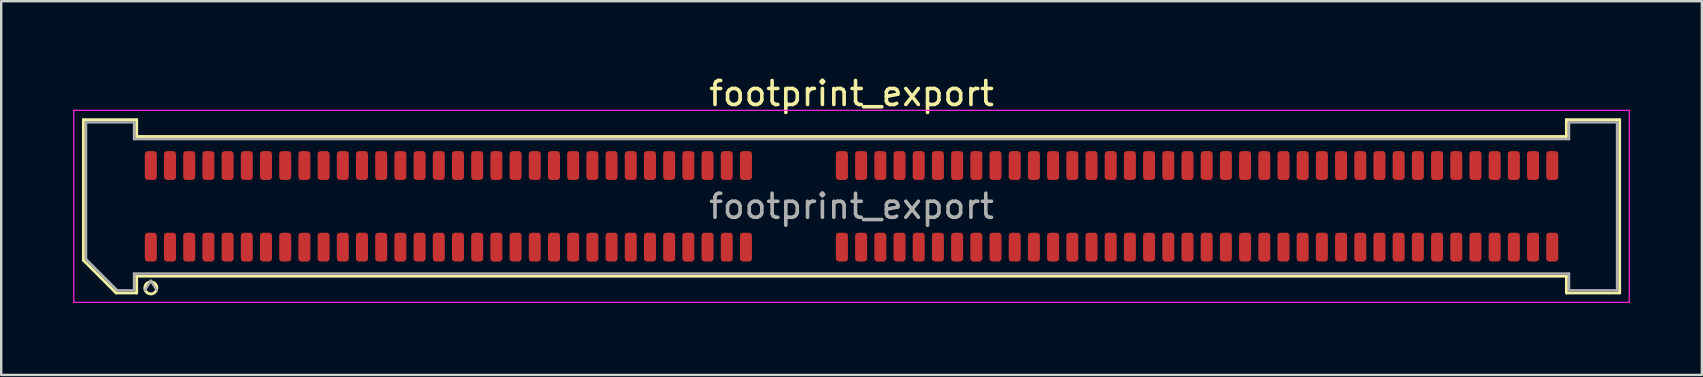
<source format=kicad_pcb>
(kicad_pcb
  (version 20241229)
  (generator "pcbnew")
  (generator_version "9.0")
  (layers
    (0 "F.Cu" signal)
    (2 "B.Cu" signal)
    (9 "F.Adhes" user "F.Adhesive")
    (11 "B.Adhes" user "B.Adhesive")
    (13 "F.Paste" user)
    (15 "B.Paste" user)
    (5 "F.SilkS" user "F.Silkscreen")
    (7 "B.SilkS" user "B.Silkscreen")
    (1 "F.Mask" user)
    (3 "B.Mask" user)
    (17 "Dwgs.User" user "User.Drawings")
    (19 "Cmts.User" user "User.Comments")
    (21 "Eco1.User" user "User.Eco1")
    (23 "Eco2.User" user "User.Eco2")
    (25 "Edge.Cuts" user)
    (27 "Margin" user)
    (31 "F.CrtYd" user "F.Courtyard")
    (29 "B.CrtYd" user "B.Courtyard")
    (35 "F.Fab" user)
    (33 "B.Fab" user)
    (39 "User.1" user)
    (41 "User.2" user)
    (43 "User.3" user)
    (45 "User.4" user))
  (footprint "footprint_export"
    (layer "F.Cu")
    (at 32.435 5.548)
    (property "Reference" "footprint_export" (at 0 -4.7 0) (layer "F.SilkS") (effects (font (size 1 1) (thickness 0.15))))
    (attr smd)
    (fp_line (start -32.01 -3.61) (end -29.79 -3.61) (stroke (width 0.12) (type solid)) (layer "F.SilkS"))
    (fp_line (start -32.01 2.246) (end -32.01 -3.61) (stroke (width 0.12) (type solid)) (layer "F.SilkS"))
    (fp_line (start -30.646 3.61) (end -32.01 2.246) (stroke (width 0.12) (type solid)) (layer "F.SilkS"))
    (fp_line (start -29.79 -3.61) (end -29.79 -2.91) (stroke (width 0.12) (type solid)) (layer "F.SilkS"))
    (fp_line (start -29.79 -2.91) (end 29.79 -2.91) (stroke (width 0.12) (type solid)) (layer "F.SilkS"))
    (fp_line (start -29.79 2.91) (end -29.79 3.61) (stroke (width 0.12) (type solid)) (layer "F.SilkS"))
    (fp_line (start -29.79 3.61) (end -30.646 3.61) (stroke (width 0.12) (type solid)) (layer "F.SilkS"))
    (fp_line (start 29.79 -3.61) (end 32.01 -3.61) (stroke (width 0.12) (type solid)) (layer "F.SilkS"))
    (fp_line (start 29.79 -2.91) (end 29.79 -3.61) (stroke (width 0.12) (type solid)) (layer "F.SilkS"))
    (fp_line (start 29.79 2.91) (end -29.79 2.91) (stroke (width 0.12) (type solid)) (layer "F.SilkS"))
    (fp_line (start 29.79 3.61) (end 29.79 2.91) (stroke (width 0.12) (type solid)) (layer "F.SilkS"))
    (fp_line (start 32.01 -3.61) (end 32.01 3.61) (stroke (width 0.12) (type solid)) (layer "F.SilkS"))
    (fp_line (start 32.01 3.61) (end 29.79 3.61) (stroke (width 0.12) (type solid)) (layer "F.SilkS"))
    (fp_arc (start -28.95 3.4) (mid -29.45 3.4) (end -28.95 3.4) (stroke (width 0.12) (type solid)) (layer "F.SilkS"))
    (fp_line (start -32.41 -4) (end -32.41 4) (stroke (width 0.05) (type solid)) (layer "F.CrtYd"))
    (fp_line (start -32.41 4) (end 32.41 4) (stroke (width 0.05) (type solid)) (layer "F.CrtYd"))
    (fp_line (start 32.41 -4) (end -32.41 -4) (stroke (width 0.05) (type solid)) (layer "F.CrtYd"))
    (fp_line (start 32.41 4) (end 32.41 -4) (stroke (width 0.05) (type solid)) (layer "F.CrtYd"))
    (fp_line (start -31.9 -3.5) (end -29.9 -3.5) (stroke (width 0.1) (type solid)) (layer "F.Fab"))
    (fp_line (start -31.9 2.2) (end -31.9 -3.5) (stroke (width 0.1) (type solid)) (layer "F.Fab"))
    (fp_line (start -30.6 3.5) (end -31.9 2.2) (stroke (width 0.1) (type solid)) (layer "F.Fab"))
    (fp_line (start -29.9 -3.5) (end -29.9 -2.8) (stroke (width 0.1) (type solid)) (layer "F.Fab"))
    (fp_line (start -29.9 -2.8) (end 29.9 -2.8) (stroke (width 0.1) (type solid)) (layer "F.Fab"))
    (fp_line (start -29.9 2.8) (end -29.9 3.5) (stroke (width 0.1) (type solid)) (layer "F.Fab"))
    (fp_line (start -29.9 3.5) (end -30.6 3.5) (stroke (width 0.1) (type solid)) (layer "F.Fab"))
    (fp_line (start -29.2 3.1) (end -29.45 3.5) (stroke (width 0.1) (type solid)) (layer "F.Fab"))
    (fp_line (start -29.2 3.1) (end -28.95 3.5) (stroke (width 0.1) (type solid)) (layer "F.Fab"))
    (fp_line (start 29.9 -3.5) (end 31.9 -3.5) (stroke (width 0.1) (type solid)) (layer "F.Fab"))
    (fp_line (start 29.9 -2.8) (end 29.9 -3.5) (stroke (width 0.1) (type solid)) (layer "F.Fab"))
    (fp_line (start 29.9 2.8) (end -29.9 2.8) (stroke (width 0.1) (type solid)) (layer "F.Fab"))
    (fp_line (start 29.9 3.5) (end 29.9 2.8) (stroke (width 0.1) (type solid)) (layer "F.Fab"))
    (fp_line (start 31.9 -3.5) (end 31.9 3.5) (stroke (width 0.1) (type solid)) (layer "F.Fab"))
    (fp_line (start 31.9 3.5) (end 29.9 3.5) (stroke (width 0.1) (type solid)) (layer "F.Fab"))
    (fp_text user "${REFERENCE}" (at 0 0 0) (layer "F.Fab") (effects (font (size 1 1) (thickness 0.15))))
    (pad "1" smd roundrect (at -29.2 1.7) (size 0.5 1.2) (layers "F.Cu" "F.Mask" "F.Paste") (roundrect_rratio 0.25))
    (pad "2" smd roundrect (at -29.2 -1.7) (size 0.5 1.2) (layers "F.Cu" "F.Mask" "F.Paste") (roundrect_rratio 0.25))
    (pad "3" smd roundrect (at -28.4 1.7) (size 0.5 1.2) (layers "F.Cu" "F.Mask" "F.Paste") (roundrect_rratio 0.25))
    (pad "4" smd roundrect (at -28.4 -1.7) (size 0.5 1.2) (layers "F.Cu" "F.Mask" "F.Paste") (roundrect_rratio 0.25))
    (pad "5" smd roundrect (at -27.6 1.7) (size 0.5 1.2) (layers "F.Cu" "F.Mask" "F.Paste") (roundrect_rratio 0.25))
    (pad "6" smd roundrect (at -27.6 -1.7) (size 0.5 1.2) (layers "F.Cu" "F.Mask" "F.Paste") (roundrect_rratio 0.25))
    (pad "7" smd roundrect (at -26.8 1.7) (size 0.5 1.2) (layers "F.Cu" "F.Mask" "F.Paste") (roundrect_rratio 0.25))
    (pad "8" smd roundrect (at -26.8 -1.7) (size 0.5 1.2) (layers "F.Cu" "F.Mask" "F.Paste") (roundrect_rratio 0.25))
    (pad "9" smd roundrect (at -26 1.7) (size 0.5 1.2) (layers "F.Cu" "F.Mask" "F.Paste") (roundrect_rratio 0.25))
    (pad "10" smd roundrect (at -26 -1.7) (size 0.5 1.2) (layers "F.Cu" "F.Mask" "F.Paste") (roundrect_rratio 0.25))
    (pad "11" smd roundrect (at -25.2 1.7) (size 0.5 1.2) (layers "F.Cu" "F.Mask" "F.Paste") (roundrect_rratio 0.25))
    (pad "12" smd roundrect (at -25.2 -1.7) (size 0.5 1.2) (layers "F.Cu" "F.Mask" "F.Paste") (roundrect_rratio 0.25))
    (pad "13" smd roundrect (at -24.4 1.7) (size 0.5 1.2) (layers "F.Cu" "F.Mask" "F.Paste") (roundrect_rratio 0.25))
    (pad "14" smd roundrect (at -24.4 -1.7) (size 0.5 1.2) (layers "F.Cu" "F.Mask" "F.Paste") (roundrect_rratio 0.25))
    (pad "15" smd roundrect (at -23.6 1.7) (size 0.5 1.2) (layers "F.Cu" "F.Mask" "F.Paste") (roundrect_rratio 0.25))
    (pad "16" smd roundrect (at -23.6 -1.7) (size 0.5 1.2) (layers "F.Cu" "F.Mask" "F.Paste") (roundrect_rratio 0.25))
    (pad "17" smd roundrect (at -22.8 1.7) (size 0.5 1.2) (layers "F.Cu" "F.Mask" "F.Paste") (roundrect_rratio 0.25))
    (pad "18" smd roundrect (at -22.8 -1.7) (size 0.5 1.2) (layers "F.Cu" "F.Mask" "F.Paste") (roundrect_rratio 0.25))
    (pad "19" smd roundrect (at -22 1.7) (size 0.5 1.2) (layers "F.Cu" "F.Mask" "F.Paste") (roundrect_rratio 0.25))
    (pad "20" smd roundrect (at -22 -1.7) (size 0.5 1.2) (layers "F.Cu" "F.Mask" "F.Paste") (roundrect_rratio 0.25))
    (pad "21" smd roundrect (at -21.2 1.7) (size 0.5 1.2) (layers "F.Cu" "F.Mask" "F.Paste") (roundrect_rratio 0.25))
    (pad "22" smd roundrect (at -21.2 -1.7) (size 0.5 1.2) (layers "F.Cu" "F.Mask" "F.Paste") (roundrect_rratio 0.25))
    (pad "23" smd roundrect (at -20.4 1.7) (size 0.5 1.2) (layers "F.Cu" "F.Mask" "F.Paste") (roundrect_rratio 0.25))
    (pad "24" smd roundrect (at -20.4 -1.7) (size 0.5 1.2) (layers "F.Cu" "F.Mask" "F.Paste") (roundrect_rratio 0.25))
    (pad "25" smd roundrect (at -19.6 1.7) (size 0.5 1.2) (layers "F.Cu" "F.Mask" "F.Paste") (roundrect_rratio 0.25))
    (pad "26" smd roundrect (at -19.6 -1.7) (size 0.5 1.2) (layers "F.Cu" "F.Mask" "F.Paste") (roundrect_rratio 0.25))
    (pad "27" smd roundrect (at -18.8 1.7) (size 0.5 1.2) (layers "F.Cu" "F.Mask" "F.Paste") (roundrect_rratio 0.25))
    (pad "28" smd roundrect (at -18.8 -1.7) (size 0.5 1.2) (layers "F.Cu" "F.Mask" "F.Paste") (roundrect_rratio 0.25))
    (pad "29" smd roundrect (at -18 1.7) (size 0.5 1.2) (layers "F.Cu" "F.Mask" "F.Paste") (roundrect_rratio 0.25))
    (pad "30" smd roundrect (at -18 -1.7) (size 0.5 1.2) (layers "F.Cu" "F.Mask" "F.Paste") (roundrect_rratio 0.25))
    (pad "31" smd roundrect (at -17.2 1.7) (size 0.5 1.2) (layers "F.Cu" "F.Mask" "F.Paste") (roundrect_rratio 0.25))
    (pad "32" smd roundrect (at -17.2 -1.7) (size 0.5 1.2) (layers "F.Cu" "F.Mask" "F.Paste") (roundrect_rratio 0.25))
    (pad "33" smd roundrect (at -16.4 1.7) (size 0.5 1.2) (layers "F.Cu" "F.Mask" "F.Paste") (roundrect_rratio 0.25))
    (pad "34" smd roundrect (at -16.4 -1.7) (size 0.5 1.2) (layers "F.Cu" "F.Mask" "F.Paste") (roundrect_rratio 0.25))
    (pad "35" smd roundrect (at -15.6 1.7) (size 0.5 1.2) (layers "F.Cu" "F.Mask" "F.Paste") (roundrect_rratio 0.25))
    (pad "36" smd roundrect (at -15.6 -1.7) (size 0.5 1.2) (layers "F.Cu" "F.Mask" "F.Paste") (roundrect_rratio 0.25))
    (pad "37" smd roundrect (at -14.8 1.7) (size 0.5 1.2) (layers "F.Cu" "F.Mask" "F.Paste") (roundrect_rratio 0.25))
    (pad "38" smd roundrect (at -14.8 -1.7) (size 0.5 1.2) (layers "F.Cu" "F.Mask" "F.Paste") (roundrect_rratio 0.25))
    (pad "39" smd roundrect (at -14 1.7) (size 0.5 1.2) (layers "F.Cu" "F.Mask" "F.Paste") (roundrect_rratio 0.25))
    (pad "40" smd roundrect (at -14 -1.7) (size 0.5 1.2) (layers "F.Cu" "F.Mask" "F.Paste") (roundrect_rratio 0.25))
    (pad "41" smd roundrect (at -13.2 1.7) (size 0.5 1.2) (layers "F.Cu" "F.Mask" "F.Paste") (roundrect_rratio 0.25))
    (pad "42" smd roundrect (at -13.2 -1.7) (size 0.5 1.2) (layers "F.Cu" "F.Mask" "F.Paste") (roundrect_rratio 0.25))
    (pad "43" smd roundrect (at -12.4 1.7) (size 0.5 1.2) (layers "F.Cu" "F.Mask" "F.Paste") (roundrect_rratio 0.25))
    (pad "44" smd roundrect (at -12.4 -1.7) (size 0.5 1.2) (layers "F.Cu" "F.Mask" "F.Paste") (roundrect_rratio 0.25))
    (pad "45" smd roundrect (at -11.6 1.7) (size 0.5 1.2) (layers "F.Cu" "F.Mask" "F.Paste") (roundrect_rratio 0.25))
    (pad "46" smd roundrect (at -11.6 -1.7) (size 0.5 1.2) (layers "F.Cu" "F.Mask" "F.Paste") (roundrect_rratio 0.25))
    (pad "47" smd roundrect (at -10.8 1.7) (size 0.5 1.2) (layers "F.Cu" "F.Mask" "F.Paste") (roundrect_rratio 0.25))
    (pad "48" smd roundrect (at -10.8 -1.7) (size 0.5 1.2) (layers "F.Cu" "F.Mask" "F.Paste") (roundrect_rratio 0.25))
    (pad "49" smd roundrect (at -10 1.7) (size 0.5 1.2) (layers "F.Cu" "F.Mask" "F.Paste") (roundrect_rratio 0.25))
    (pad "50" smd roundrect (at -10 -1.7) (size 0.5 1.2) (layers "F.Cu" "F.Mask" "F.Paste") (roundrect_rratio 0.25))
    (pad "51" smd roundrect (at -9.2 1.7) (size 0.5 1.2) (layers "F.Cu" "F.Mask" "F.Paste") (roundrect_rratio 0.25))
    (pad "52" smd roundrect (at -9.2 -1.7) (size 0.5 1.2) (layers "F.Cu" "F.Mask" "F.Paste") (roundrect_rratio 0.25))
    (pad "53" smd roundrect (at -8.4 1.7) (size 0.5 1.2) (layers "F.Cu" "F.Mask" "F.Paste") (roundrect_rratio 0.25))
    (pad "54" smd roundrect (at -8.4 -1.7) (size 0.5 1.2) (layers "F.Cu" "F.Mask" "F.Paste") (roundrect_rratio 0.25))
    (pad "55" smd roundrect (at -7.6 1.7) (size 0.5 1.2) (layers "F.Cu" "F.Mask" "F.Paste") (roundrect_rratio 0.25))
    (pad "56" smd roundrect (at -7.6 -1.7) (size 0.5 1.2) (layers "F.Cu" "F.Mask" "F.Paste") (roundrect_rratio 0.25))
    (pad "57" smd roundrect (at -6.8 1.7) (size 0.5 1.2) (layers "F.Cu" "F.Mask" "F.Paste") (roundrect_rratio 0.25))
    (pad "58" smd roundrect (at -6.8 -1.7) (size 0.5 1.2) (layers "F.Cu" "F.Mask" "F.Paste") (roundrect_rratio 0.25))
    (pad "59" smd roundrect (at -6 1.7) (size 0.5 1.2) (layers "F.Cu" "F.Mask" "F.Paste") (roundrect_rratio 0.25))
    (pad "60" smd roundrect (at -6 -1.7) (size 0.5 1.2) (layers "F.Cu" "F.Mask" "F.Paste") (roundrect_rratio 0.25))
    (pad "61" smd roundrect (at -5.2 1.7) (size 0.5 1.2) (layers "F.Cu" "F.Mask" "F.Paste") (roundrect_rratio 0.25))
    (pad "62" smd roundrect (at -5.2 -1.7) (size 0.5 1.2) (layers "F.Cu" "F.Mask" "F.Paste") (roundrect_rratio 0.25))
    (pad "63" smd roundrect (at -4.4 1.7) (size 0.5 1.2) (layers "F.Cu" "F.Mask" "F.Paste") (roundrect_rratio 0.25))
    (pad "64" smd roundrect (at -4.4 -1.7) (size 0.5 1.2) (layers "F.Cu" "F.Mask" "F.Paste") (roundrect_rratio 0.25))
    (pad "65" smd roundrect (at -0.4 1.7) (size 0.5 1.2) (layers "F.Cu" "F.Mask" "F.Paste") (roundrect_rratio 0.25))
    (pad "66" smd roundrect (at -0.4 -1.7) (size 0.5 1.2) (layers "F.Cu" "F.Mask" "F.Paste") (roundrect_rratio 0.25))
    (pad "67" smd roundrect (at 0.4 1.7) (size 0.5 1.2) (layers "F.Cu" "F.Mask" "F.Paste") (roundrect_rratio 0.25))
    (pad "68" smd roundrect (at 0.4 -1.7) (size 0.5 1.2) (layers "F.Cu" "F.Mask" "F.Paste") (roundrect_rratio 0.25))
    (pad "69" smd roundrect (at 1.2 1.7) (size 0.5 1.2) (layers "F.Cu" "F.Mask" "F.Paste") (roundrect_rratio 0.25))
    (pad "70" smd roundrect (at 1.2 -1.7) (size 0.5 1.2) (layers "F.Cu" "F.Mask" "F.Paste") (roundrect_rratio 0.25))
    (pad "71" smd roundrect (at 2 1.7) (size 0.5 1.2) (layers "F.Cu" "F.Mask" "F.Paste") (roundrect_rratio 0.25))
    (pad "72" smd roundrect (at 2 -1.7) (size 0.5 1.2) (layers "F.Cu" "F.Mask" "F.Paste") (roundrect_rratio 0.25))
    (pad "73" smd roundrect (at 2.8 1.7) (size 0.5 1.2) (layers "F.Cu" "F.Mask" "F.Paste") (roundrect_rratio 0.25))
    (pad "74" smd roundrect (at 2.8 -1.7) (size 0.5 1.2) (layers "F.Cu" "F.Mask" "F.Paste") (roundrect_rratio 0.25))
    (pad "75" smd roundrect (at 3.6 1.7) (size 0.5 1.2) (layers "F.Cu" "F.Mask" "F.Paste") (roundrect_rratio 0.25))
    (pad "76" smd roundrect (at 3.6 -1.7) (size 0.5 1.2) (layers "F.Cu" "F.Mask" "F.Paste") (roundrect_rratio 0.25))
    (pad "77" smd roundrect (at 4.4 1.7) (size 0.5 1.2) (layers "F.Cu" "F.Mask" "F.Paste") (roundrect_rratio 0.25))
    (pad "78" smd roundrect (at 4.4 -1.7) (size 0.5 1.2) (layers "F.Cu" "F.Mask" "F.Paste") (roundrect_rratio 0.25))
    (pad "79" smd roundrect (at 5.2 1.7) (size 0.5 1.2) (layers "F.Cu" "F.Mask" "F.Paste") (roundrect_rratio 0.25))
    (pad "80" smd roundrect (at 5.2 -1.7) (size 0.5 1.2) (layers "F.Cu" "F.Mask" "F.Paste") (roundrect_rratio 0.25))
    (pad "81" smd roundrect (at 6 1.7) (size 0.5 1.2) (layers "F.Cu" "F.Mask" "F.Paste") (roundrect_rratio 0.25))
    (pad "82" smd roundrect (at 6 -1.7) (size 0.5 1.2) (layers "F.Cu" "F.Mask" "F.Paste") (roundrect_rratio 0.25))
    (pad "83" smd roundrect (at 6.8 1.7) (size 0.5 1.2) (layers "F.Cu" "F.Mask" "F.Paste") (roundrect_rratio 0.25))
    (pad "84" smd roundrect (at 6.8 -1.7) (size 0.5 1.2) (layers "F.Cu" "F.Mask" "F.Paste") (roundrect_rratio 0.25))
    (pad "85" smd roundrect (at 7.6 1.7) (size 0.5 1.2) (layers "F.Cu" "F.Mask" "F.Paste") (roundrect_rratio 0.25))
    (pad "86" smd roundrect (at 7.6 -1.7) (size 0.5 1.2) (layers "F.Cu" "F.Mask" "F.Paste") (roundrect_rratio 0.25))
    (pad "87" smd roundrect (at 8.4 1.7) (size 0.5 1.2) (layers "F.Cu" "F.Mask" "F.Paste") (roundrect_rratio 0.25))
    (pad "88" smd roundrect (at 8.4 -1.7) (size 0.5 1.2) (layers "F.Cu" "F.Mask" "F.Paste") (roundrect_rratio 0.25))
    (pad "89" smd roundrect (at 9.2 1.7) (size 0.5 1.2) (layers "F.Cu" "F.Mask" "F.Paste") (roundrect_rratio 0.25))
    (pad "90" smd roundrect (at 9.2 -1.7) (size 0.5 1.2) (layers "F.Cu" "F.Mask" "F.Paste") (roundrect_rratio 0.25))
    (pad "91" smd roundrect (at 10 1.7) (size 0.5 1.2) (layers "F.Cu" "F.Mask" "F.Paste") (roundrect_rratio 0.25))
    (pad "92" smd roundrect (at 10 -1.7) (size 0.5 1.2) (layers "F.Cu" "F.Mask" "F.Paste") (roundrect_rratio 0.25))
    (pad "93" smd roundrect (at 10.8 1.7) (size 0.5 1.2) (layers "F.Cu" "F.Mask" "F.Paste") (roundrect_rratio 0.25))
    (pad "94" smd roundrect (at 10.8 -1.7) (size 0.5 1.2) (layers "F.Cu" "F.Mask" "F.Paste") (roundrect_rratio 0.25))
    (pad "95" smd roundrect (at 11.6 1.7) (size 0.5 1.2) (layers "F.Cu" "F.Mask" "F.Paste") (roundrect_rratio 0.25))
    (pad "96" smd roundrect (at 11.6 -1.7) (size 0.5 1.2) (layers "F.Cu" "F.Mask" "F.Paste") (roundrect_rratio 0.25))
    (pad "97" smd roundrect (at 12.4 1.7) (size 0.5 1.2) (layers "F.Cu" "F.Mask" "F.Paste") (roundrect_rratio 0.25))
    (pad "98" smd roundrect (at 12.4 -1.7) (size 0.5 1.2) (layers "F.Cu" "F.Mask" "F.Paste") (roundrect_rratio 0.25))
    (pad "99" smd roundrect (at 13.2 1.7) (size 0.5 1.2) (layers "F.Cu" "F.Mask" "F.Paste") (roundrect_rratio 0.25))
    (pad "100" smd roundrect (at 13.2 -1.7) (size 0.5 1.2) (layers "F.Cu" "F.Mask" "F.Paste") (roundrect_rratio 0.25))
    (pad "101" smd roundrect (at 14 1.7) (size 0.5 1.2) (layers "F.Cu" "F.Mask" "F.Paste") (roundrect_rratio 0.25))
    (pad "102" smd roundrect (at 14 -1.7) (size 0.5 1.2) (layers "F.Cu" "F.Mask" "F.Paste") (roundrect_rratio 0.25))
    (pad "103" smd roundrect (at 14.8 1.7) (size 0.5 1.2) (layers "F.Cu" "F.Mask" "F.Paste") (roundrect_rratio 0.25))
    (pad "104" smd roundrect (at 14.8 -1.7) (size 0.5 1.2) (layers "F.Cu" "F.Mask" "F.Paste") (roundrect_rratio 0.25))
    (pad "105" smd roundrect (at 15.6 1.7) (size 0.5 1.2) (layers "F.Cu" "F.Mask" "F.Paste") (roundrect_rratio 0.25))
    (pad "106" smd roundrect (at 15.6 -1.7) (size 0.5 1.2) (layers "F.Cu" "F.Mask" "F.Paste") (roundrect_rratio 0.25))
    (pad "107" smd roundrect (at 16.4 1.7) (size 0.5 1.2) (layers "F.Cu" "F.Mask" "F.Paste") (roundrect_rratio 0.25))
    (pad "108" smd roundrect (at 16.4 -1.7) (size 0.5 1.2) (layers "F.Cu" "F.Mask" "F.Paste") (roundrect_rratio 0.25))
    (pad "109" smd roundrect (at 17.2 1.7) (size 0.5 1.2) (layers "F.Cu" "F.Mask" "F.Paste") (roundrect_rratio 0.25))
    (pad "110" smd roundrect (at 17.2 -1.7) (size 0.5 1.2) (layers "F.Cu" "F.Mask" "F.Paste") (roundrect_rratio 0.25))
    (pad "111" smd roundrect (at 18 1.7) (size 0.5 1.2) (layers "F.Cu" "F.Mask" "F.Paste") (roundrect_rratio 0.25))
    (pad "112" smd roundrect (at 18 -1.7) (size 0.5 1.2) (layers "F.Cu" "F.Mask" "F.Paste") (roundrect_rratio 0.25))
    (pad "113" smd roundrect (at 18.8 1.7) (size 0.5 1.2) (layers "F.Cu" "F.Mask" "F.Paste") (roundrect_rratio 0.25))
    (pad "114" smd roundrect (at 18.8 -1.7) (size 0.5 1.2) (layers "F.Cu" "F.Mask" "F.Paste") (roundrect_rratio 0.25))
    (pad "115" smd roundrect (at 19.6 1.7) (size 0.5 1.2) (layers "F.Cu" "F.Mask" "F.Paste") (roundrect_rratio 0.25))
    (pad "116" smd roundrect (at 19.6 -1.7) (size 0.5 1.2) (layers "F.Cu" "F.Mask" "F.Paste") (roundrect_rratio 0.25))
    (pad "117" smd roundrect (at 20.4 1.7) (size 0.5 1.2) (layers "F.Cu" "F.Mask" "F.Paste") (roundrect_rratio 0.25))
    (pad "118" smd roundrect (at 20.4 -1.7) (size 0.5 1.2) (layers "F.Cu" "F.Mask" "F.Paste") (roundrect_rratio 0.25))
    (pad "119" smd roundrect (at 21.2 1.7) (size 0.5 1.2) (layers "F.Cu" "F.Mask" "F.Paste") (roundrect_rratio 0.25))
    (pad "120" smd roundrect (at 21.2 -1.7) (size 0.5 1.2) (layers "F.Cu" "F.Mask" "F.Paste") (roundrect_rratio 0.25))
    (pad "121" smd roundrect (at 22 1.7) (size 0.5 1.2) (layers "F.Cu" "F.Mask" "F.Paste") (roundrect_rratio 0.25))
    (pad "122" smd roundrect (at 22 -1.7) (size 0.5 1.2) (layers "F.Cu" "F.Mask" "F.Paste") (roundrect_rratio 0.25))
    (pad "123" smd roundrect (at 22.8 1.7) (size 0.5 1.2) (layers "F.Cu" "F.Mask" "F.Paste") (roundrect_rratio 0.25))
    (pad "124" smd roundrect (at 22.8 -1.7) (size 0.5 1.2) (layers "F.Cu" "F.Mask" "F.Paste") (roundrect_rratio 0.25))
    (pad "125" smd roundrect (at 23.6 1.7) (size 0.5 1.2) (layers "F.Cu" "F.Mask" "F.Paste") (roundrect_rratio 0.25))
    (pad "126" smd roundrect (at 23.6 -1.7) (size 0.5 1.2) (layers "F.Cu" "F.Mask" "F.Paste") (roundrect_rratio 0.25))
    (pad "127" smd roundrect (at 24.4 1.7) (size 0.5 1.2) (layers "F.Cu" "F.Mask" "F.Paste") (roundrect_rratio 0.25))
    (pad "128" smd roundrect (at 24.4 -1.7) (size 0.5 1.2) (layers "F.Cu" "F.Mask" "F.Paste") (roundrect_rratio 0.25))
    (pad "129" smd roundrect (at 25.2 1.7) (size 0.5 1.2) (layers "F.Cu" "F.Mask" "F.Paste") (roundrect_rratio 0.25))
    (pad "130" smd roundrect (at 25.2 -1.7) (size 0.5 1.2) (layers "F.Cu" "F.Mask" "F.Paste") (roundrect_rratio 0.25))
    (pad "131" smd roundrect (at 26 1.7) (size 0.5 1.2) (layers "F.Cu" "F.Mask" "F.Paste") (roundrect_rratio 0.25))
    (pad "132" smd roundrect (at 26 -1.7) (size 0.5 1.2) (layers "F.Cu" "F.Mask" "F.Paste") (roundrect_rratio 0.25))
    (pad "133" smd roundrect (at 26.8 1.7) (size 0.5 1.2) (layers "F.Cu" "F.Mask" "F.Paste") (roundrect_rratio 0.25))
    (pad "134" smd roundrect (at 26.8 -1.7) (size 0.5 1.2) (layers "F.Cu" "F.Mask" "F.Paste") (roundrect_rratio 0.25))
    (pad "135" smd roundrect (at 27.6 1.7) (size 0.5 1.2) (layers "F.Cu" "F.Mask" "F.Paste") (roundrect_rratio 0.25))
    (pad "136" smd roundrect (at 27.6 -1.7) (size 0.5 1.2) (layers "F.Cu" "F.Mask" "F.Paste") (roundrect_rratio 0.25))
    (pad "137" smd roundrect (at 28.4 1.7) (size 0.5 1.2) (layers "F.Cu" "F.Mask" "F.Paste") (roundrect_rratio 0.25))
    (pad "138" smd roundrect (at 28.4 -1.7) (size 0.5 1.2) (layers "F.Cu" "F.Mask" "F.Paste") (roundrect_rratio 0.25))
    (pad "139" smd roundrect (at 29.2 1.7) (size 0.5 1.2) (layers "F.Cu" "F.Mask" "F.Paste") (roundrect_rratio 0.25))
    (pad "140" smd roundrect (at 29.2 -1.7) (size 0.5 1.2) (layers "F.Cu" "F.Mask" "F.Paste") (roundrect_rratio 0.25)))
  (gr_rect
    (start -3 -3)
    (end 67.87 12.573)
    (stroke (width 0.1) (type default))
    (fill no)
    (layer "Edge.Cuts")))
</source>
